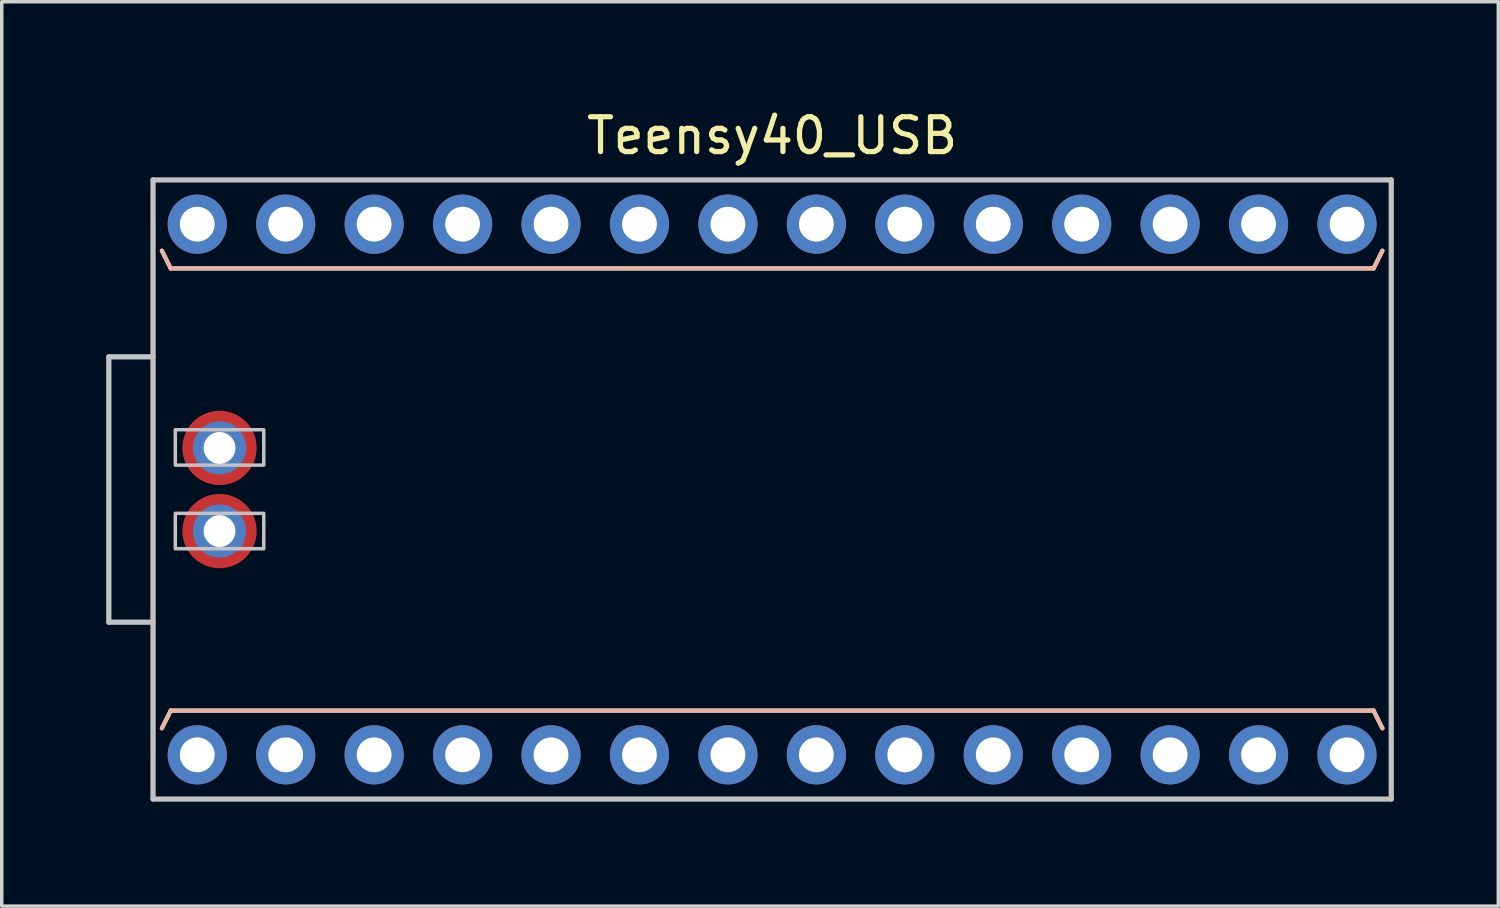
<source format=kicad_pcb>
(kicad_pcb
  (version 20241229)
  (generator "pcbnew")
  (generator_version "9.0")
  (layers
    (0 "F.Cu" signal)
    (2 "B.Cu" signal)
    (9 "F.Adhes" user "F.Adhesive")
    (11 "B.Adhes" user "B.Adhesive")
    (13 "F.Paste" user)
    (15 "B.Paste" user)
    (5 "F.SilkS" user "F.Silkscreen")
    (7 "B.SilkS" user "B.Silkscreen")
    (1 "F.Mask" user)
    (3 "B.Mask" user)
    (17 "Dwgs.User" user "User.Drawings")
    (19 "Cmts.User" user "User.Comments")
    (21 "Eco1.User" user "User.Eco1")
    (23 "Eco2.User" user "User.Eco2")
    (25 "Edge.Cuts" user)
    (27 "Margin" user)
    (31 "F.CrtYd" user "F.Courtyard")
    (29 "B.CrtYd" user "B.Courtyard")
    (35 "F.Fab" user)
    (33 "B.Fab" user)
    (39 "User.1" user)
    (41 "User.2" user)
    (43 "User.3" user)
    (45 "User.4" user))
  (footprint "Teensy40_USB"
    (layer "F.Cu")
    (at 19.125 11.008)
    (property "Reference" "Teensy40_USB" (at 0 -10.16 0) (layer "F.SilkS") (effects (font (size 1 1) (thickness 0.15))))
    (attr through_hole)
    (fp_line (start -17.526 -6.858) (end -17.272 -6.35) (stroke (width 0.12) (type solid)) (layer "F.SilkS"))
    (fp_line (start -17.526 6.858) (end -17.272 6.35) (stroke (width 0.12) (type solid)) (layer "F.SilkS"))
    (fp_line (start -17.272 -6.35) (end 17.272 -6.35) (stroke (width 0.12) (type solid)) (layer "F.SilkS"))
    (fp_line (start 17.272 6.35) (end -17.272 6.35) (stroke (width 0.12) (type solid)) (layer "F.SilkS"))
    (fp_line (start 17.526 -6.858) (end 17.272 -6.35) (stroke (width 0.12) (type solid)) (layer "F.SilkS"))
    (fp_line (start 17.526 6.858) (end 17.272 6.35) (stroke (width 0.12) (type solid)) (layer "F.SilkS"))
    (fp_line (start -17.526 -6.858) (end -17.272 -6.35) (stroke (width 0.12) (type solid)) (layer "B.SilkS"))
    (fp_line (start -17.526 6.858) (end -17.272 6.35) (stroke (width 0.12) (type solid)) (layer "B.SilkS"))
    (fp_line (start -17.272 6.35) (end 17.272 6.35) (stroke (width 0.12) (type solid)) (layer "B.SilkS"))
    (fp_line (start 17.272 -6.35) (end -17.272 -6.35) (stroke (width 0.12) (type solid)) (layer "B.SilkS"))
    (fp_line (start 17.526 -6.858) (end 17.272 -6.35) (stroke (width 0.12) (type solid)) (layer "B.SilkS"))
    (fp_line (start 17.526 6.858) (end 17.272 6.35) (stroke (width 0.12) (type solid)) (layer "B.SilkS"))
    (fp_line (start -19.05 -3.81) (end -19.05 3.81) (stroke (width 0.15) (type solid)) (layer "Dwgs.User"))
    (fp_line (start -19.05 3.81) (end -17.78 3.81) (stroke (width 0.15) (type solid)) (layer "Dwgs.User"))
    (fp_line (start -17.78 -8.89) (end -17.78 8.89) (stroke (width 0.15) (type solid)) (layer "Dwgs.User"))
    (fp_line (start -17.78 -7.62) (end -17.78 7.62) (stroke (width 0.12) (type solid)) (layer "Dwgs.User"))
    (fp_line (start -17.78 -3.81) (end -19.05 -3.81) (stroke (width 0.15) (type solid)) (layer "Dwgs.User"))
    (fp_line (start -17.78 8.89) (end 17.78 8.89) (stroke (width 0.15) (type solid)) (layer "Dwgs.User"))
    (fp_line (start 17.78 -8.89) (end -17.78 -8.89) (stroke (width 0.15) (type solid)) (layer "Dwgs.User"))
    (fp_line (start 17.78 8.89) (end 17.78 -8.89) (stroke (width 0.15) (type solid)) (layer "Dwgs.User"))
    (fp_poly (pts (xy -17.14 -0.7) (xy -14.6 -0.7) (xy -14.6 -1.716) (xy -17.14 -1.716)) (stroke (width 0.1) (type solid)) (fill no) (layer "Dwgs.User"))
    (fp_poly (pts (xy -17.14 1.7) (xy -14.6 1.7) (xy -14.6 0.684) (xy -17.14 0.684)) (stroke (width 0.1) (type solid)) (fill no) (layer "Dwgs.User"))
    (pad "0" thru_hole circle (at -13.97 7.62) (size 1.7 1.7) (drill 1) (layers "*.Cu" "*.Mask"))
    (pad "1" thru_hole circle (at -11.43 7.62) (size 1.7 1.7) (drill 1) (layers "*.Cu" "*.Mask"))
    (pad "2" thru_hole circle (at -8.89 7.62) (size 1.7 1.7) (drill 1) (layers "*.Cu" "*.Mask"))
    (pad "3" thru_hole circle (at -6.35 7.62) (size 1.7 1.7) (drill 1) (layers "*.Cu" "*.Mask"))
    (pad "3V3" thru_hole circle (at -11.43 -7.62) (size 1.7 1.7) (drill 1) (layers "*.Cu" "*.Mask"))
    (pad "4" thru_hole circle (at -3.81 7.62) (size 1.7 1.7) (drill 1) (layers "*.Cu" "*.Mask"))
    (pad "5" thru_hole circle (at -1.27 7.62) (size 1.7 1.7) (drill 1) (layers "*.Cu" "*.Mask"))
    (pad "6" thru_hole circle (at 1.27 7.62) (size 1.7 1.7) (drill 1) (layers "*.Cu" "*.Mask"))
    (pad "7" thru_hole circle (at 3.81 7.62) (size 1.7 1.7) (drill 1) (layers "*.Cu" "*.Mask"))
    (pad "8" thru_hole circle (at 6.35 7.62) (size 1.7 1.7) (drill 1) (layers "*.Cu" "*.Mask"))
    (pad "9" thru_hole circle (at 8.89 7.62) (size 1.7 1.7) (drill 1) (layers "*.Cu" "*.Mask"))
    (pad "10" thru_hole circle (at 11.43 7.62) (size 1.7 1.7) (drill 1) (layers "*.Cu" "*.Mask"))
    (pad "11" thru_hole circle (at 13.97 7.62) (size 1.7 1.7) (drill 1) (layers "*.Cu" "*.Mask"))
    (pad "12" thru_hole circle (at 16.51 7.62) (size 1.7 1.7) (drill 1) (layers "*.Cu" "*.Mask"))
    (pad "13" thru_hole circle (at 16.51 -7.62) (size 1.7 1.7) (drill 1) (layers "*.Cu" "*.Mask"))
    (pad "14" thru_hole circle (at 13.97 -7.62) (size 1.7 1.7) (drill 1) (layers "*.Cu" "*.Mask"))
    (pad "15" thru_hole circle (at 11.43 -7.62) (size 1.7 1.7) (drill 1) (layers "*.Cu" "*.Mask"))
    (pad "16" thru_hole circle (at 8.89 -7.62) (size 1.7 1.7) (drill 1) (layers "*.Cu" "*.Mask"))
    (pad "17" thru_hole circle (at 6.35 -7.62) (size 1.7 1.7) (drill 1) (layers "*.Cu" "*.Mask"))
    (pad "18" thru_hole circle (at 3.81 -7.62) (size 1.7 1.7) (drill 1) (layers "*.Cu" "*.Mask"))
    (pad "19" thru_hole circle (at 1.27 -7.62) (size 1.7 1.7) (drill 1) (layers "*.Cu" "*.Mask"))
    (pad "20" thru_hole circle (at -1.27 -7.62) (size 1.7 1.7) (drill 1) (layers "*.Cu" "*.Mask"))
    (pad "21" thru_hole circle (at -3.81 -7.62) (size 1.7 1.7) (drill 1) (layers "*.Cu" "*.Mask"))
    (pad "22" thru_hole circle (at -6.35 -7.62) (size 1.7 1.7) (drill 1) (layers "*.Cu" "*.Mask"))
    (pad "23" thru_hole circle (at -8.89 -7.62) (size 1.7 1.7) (drill 1) (layers "*.Cu" "*.Mask"))
    (pad "D+" thru_hole circle (at -15.87 1.194) (size 1.524 1.524) (drill 0.914) (layers "*.Cu" "*.Mask"))
    (pad "D+" connect circle (at -15.87 1.194) (size 2.134 2.134) (layers "F.Cu" "F.Mask"))
    (pad "D-" thru_hole circle (at -15.87 -1.194) (size 1.524 1.524) (drill 0.914) (layers "*.Cu" "*.Mask"))
    (pad "D-" connect circle (at -15.87 -1.194) (size 2.134 2.134) (layers "F.Cu" "F.Mask"))
    (pad "GND" thru_hole circle (at -16.51 7.62) (size 1.7 1.7) (drill 1) (layers "*.Cu" "*.Mask"))
    (pad "GND" thru_hole circle (at -13.97 -7.62) (size 1.7 1.7) (drill 1) (layers "*.Cu" "*.Mask"))
    (pad "VIN" thru_hole circle (at -16.51 -7.62) (size 1.7 1.7) (drill 1) (layers "*.Cu" "*.Mask")))
  (gr_rect
    (start -3 -3)
    (end 39.98 22.973)
    (stroke (width 0.1) (type default))
    (fill no)
    (layer "Edge.Cuts")))
</source>
